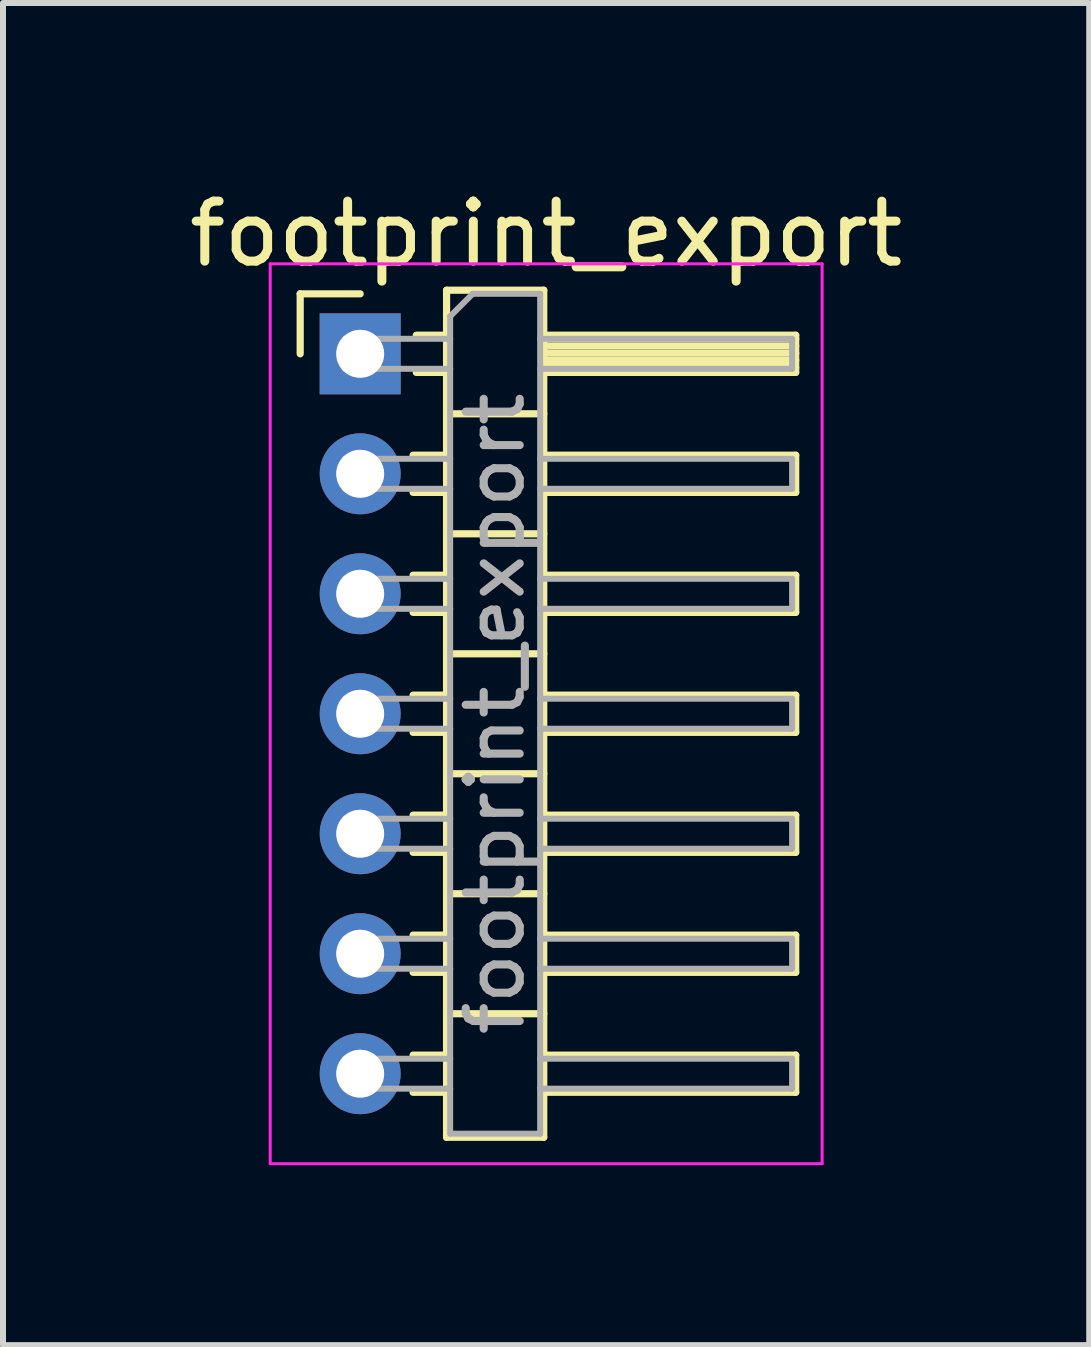
<source format=kicad_pcb>
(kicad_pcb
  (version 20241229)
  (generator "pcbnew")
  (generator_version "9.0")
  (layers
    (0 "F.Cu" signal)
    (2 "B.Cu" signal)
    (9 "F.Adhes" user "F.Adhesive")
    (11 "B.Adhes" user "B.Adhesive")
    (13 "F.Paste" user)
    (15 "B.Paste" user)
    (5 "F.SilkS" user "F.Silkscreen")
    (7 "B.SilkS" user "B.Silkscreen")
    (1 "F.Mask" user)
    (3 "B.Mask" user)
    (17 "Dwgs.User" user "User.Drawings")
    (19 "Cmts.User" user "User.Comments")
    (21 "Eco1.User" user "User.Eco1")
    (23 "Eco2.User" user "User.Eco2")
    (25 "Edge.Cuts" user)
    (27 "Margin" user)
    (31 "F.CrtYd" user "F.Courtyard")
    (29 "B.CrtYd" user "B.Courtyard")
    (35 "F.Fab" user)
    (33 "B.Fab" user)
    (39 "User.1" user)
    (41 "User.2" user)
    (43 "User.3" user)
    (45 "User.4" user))
  (footprint "footprint_export"
    (layer "F.Cu")
    (at 2.954 2.848)
    (property "Reference" "footprint_export" (at 3.1 -2 0) (layer "F.SilkS") (effects (font (size 1 1) (thickness 0.15))))
    (attr through_hole)
    (fp_line (start -1 -1) (end 0 -1) (stroke (width 0.12) (type solid)) (layer "F.SilkS"))
    (fp_line (start -1 0) (end -1 -1) (stroke (width 0.12) (type solid)) (layer "F.SilkS"))
    (fp_line (start 0.882 1.69) (end 1.44 1.69) (stroke (width 0.12) (type solid)) (layer "F.SilkS"))
    (fp_line (start 0.882 2.31) (end 1.44 2.31) (stroke (width 0.12) (type solid)) (layer "F.SilkS"))
    (fp_line (start 0.882 3.69) (end 1.44 3.69) (stroke (width 0.12) (type solid)) (layer "F.SilkS"))
    (fp_line (start 0.882 4.31) (end 1.44 4.31) (stroke (width 0.12) (type solid)) (layer "F.SilkS"))
    (fp_line (start 0.882 5.69) (end 1.44 5.69) (stroke (width 0.12) (type solid)) (layer "F.SilkS"))
    (fp_line (start 0.882 6.31) (end 1.44 6.31) (stroke (width 0.12) (type solid)) (layer "F.SilkS"))
    (fp_line (start 0.882 7.69) (end 1.44 7.69) (stroke (width 0.12) (type solid)) (layer "F.SilkS"))
    (fp_line (start 0.882 8.31) (end 1.44 8.31) (stroke (width 0.12) (type solid)) (layer "F.SilkS"))
    (fp_line (start 0.882 9.69) (end 1.44 9.69) (stroke (width 0.12) (type solid)) (layer "F.SilkS"))
    (fp_line (start 0.882 10.31) (end 1.44 10.31) (stroke (width 0.12) (type solid)) (layer "F.SilkS"))
    (fp_line (start 0.882 11.69) (end 1.44 11.69) (stroke (width 0.12) (type solid)) (layer "F.SilkS"))
    (fp_line (start 0.882 12.31) (end 1.44 12.31) (stroke (width 0.12) (type solid)) (layer "F.SilkS"))
    (fp_line (start 0.935 -0.31) (end 1.44 -0.31) (stroke (width 0.12) (type solid)) (layer "F.SilkS"))
    (fp_line (start 0.935 0.31) (end 1.44 0.31) (stroke (width 0.12) (type solid)) (layer "F.SilkS"))
    (fp_line (start 1.44 -1.06) (end 1.44 13.06) (stroke (width 0.12) (type solid)) (layer "F.SilkS"))
    (fp_line (start 1.44 1) (end 3.06 1) (stroke (width 0.12) (type solid)) (layer "F.SilkS"))
    (fp_line (start 1.44 3) (end 3.06 3) (stroke (width 0.12) (type solid)) (layer "F.SilkS"))
    (fp_line (start 1.44 5) (end 3.06 5) (stroke (width 0.12) (type solid)) (layer "F.SilkS"))
    (fp_line (start 1.44 7) (end 3.06 7) (stroke (width 0.12) (type solid)) (layer "F.SilkS"))
    (fp_line (start 1.44 9) (end 3.06 9) (stroke (width 0.12) (type solid)) (layer "F.SilkS"))
    (fp_line (start 1.44 11) (end 3.06 11) (stroke (width 0.12) (type solid)) (layer "F.SilkS"))
    (fp_line (start 1.44 13.06) (end 3.06 13.06) (stroke (width 0.12) (type solid)) (layer "F.SilkS"))
    (fp_line (start 3.06 -1.06) (end 1.44 -1.06) (stroke (width 0.12) (type solid)) (layer "F.SilkS"))
    (fp_line (start 3.06 -0.31) (end 7.26 -0.31) (stroke (width 0.12) (type solid)) (layer "F.SilkS"))
    (fp_line (start 3.06 -0.25) (end 7.26 -0.25) (stroke (width 0.12) (type solid)) (layer "F.SilkS"))
    (fp_line (start 3.06 -0.13) (end 7.26 -0.13) (stroke (width 0.12) (type solid)) (layer "F.SilkS"))
    (fp_line (start 3.06 -0.01) (end 7.26 -0.01) (stroke (width 0.12) (type solid)) (layer "F.SilkS"))
    (fp_line (start 3.06 0.11) (end 7.26 0.11) (stroke (width 0.12) (type solid)) (layer "F.SilkS"))
    (fp_line (start 3.06 0.23) (end 7.26 0.23) (stroke (width 0.12) (type solid)) (layer "F.SilkS"))
    (fp_line (start 3.06 1.69) (end 7.26 1.69) (stroke (width 0.12) (type solid)) (layer "F.SilkS"))
    (fp_line (start 3.06 3.69) (end 7.26 3.69) (stroke (width 0.12) (type solid)) (layer "F.SilkS"))
    (fp_line (start 3.06 5.69) (end 7.26 5.69) (stroke (width 0.12) (type solid)) (layer "F.SilkS"))
    (fp_line (start 3.06 7.69) (end 7.26 7.69) (stroke (width 0.12) (type solid)) (layer "F.SilkS"))
    (fp_line (start 3.06 9.69) (end 7.26 9.69) (stroke (width 0.12) (type solid)) (layer "F.SilkS"))
    (fp_line (start 3.06 11.69) (end 7.26 11.69) (stroke (width 0.12) (type solid)) (layer "F.SilkS"))
    (fp_line (start 3.06 13.06) (end 3.06 -1.06) (stroke (width 0.12) (type solid)) (layer "F.SilkS"))
    (fp_line (start 7.26 -0.31) (end 7.26 0.31) (stroke (width 0.12) (type solid)) (layer "F.SilkS"))
    (fp_line (start 7.26 0.31) (end 3.06 0.31) (stroke (width 0.12) (type solid)) (layer "F.SilkS"))
    (fp_line (start 7.26 1.69) (end 7.26 2.31) (stroke (width 0.12) (type solid)) (layer "F.SilkS"))
    (fp_line (start 7.26 2.31) (end 3.06 2.31) (stroke (width 0.12) (type solid)) (layer "F.SilkS"))
    (fp_line (start 7.26 3.69) (end 7.26 4.31) (stroke (width 0.12) (type solid)) (layer "F.SilkS"))
    (fp_line (start 7.26 4.31) (end 3.06 4.31) (stroke (width 0.12) (type solid)) (layer "F.SilkS"))
    (fp_line (start 7.26 5.69) (end 7.26 6.31) (stroke (width 0.12) (type solid)) (layer "F.SilkS"))
    (fp_line (start 7.26 6.31) (end 3.06 6.31) (stroke (width 0.12) (type solid)) (layer "F.SilkS"))
    (fp_line (start 7.26 7.69) (end 7.26 8.31) (stroke (width 0.12) (type solid)) (layer "F.SilkS"))
    (fp_line (start 7.26 8.31) (end 3.06 8.31) (stroke (width 0.12) (type solid)) (layer "F.SilkS"))
    (fp_line (start 7.26 9.69) (end 7.26 10.31) (stroke (width 0.12) (type solid)) (layer "F.SilkS"))
    (fp_line (start 7.26 10.31) (end 3.06 10.31) (stroke (width 0.12) (type solid)) (layer "F.SilkS"))
    (fp_line (start 7.26 11.69) (end 7.26 12.31) (stroke (width 0.12) (type solid)) (layer "F.SilkS"))
    (fp_line (start 7.26 12.31) (end 3.06 12.31) (stroke (width 0.12) (type solid)) (layer "F.SilkS"))
    (fp_line (start -1.5 -1.5) (end -1.5 13.5) (stroke (width 0.05) (type solid)) (layer "F.CrtYd"))
    (fp_line (start -1.5 13.5) (end 7.7 13.5) (stroke (width 0.05) (type solid)) (layer "F.CrtYd"))
    (fp_line (start 7.7 -1.5) (end -1.5 -1.5) (stroke (width 0.05) (type solid)) (layer "F.CrtYd"))
    (fp_line (start 7.7 13.5) (end 7.7 -1.5) (stroke (width 0.05) (type solid)) (layer "F.CrtYd"))
    (fp_line (start -0.25 -0.25) (end -0.25 0.25) (stroke (width 0.1) (type solid)) (layer "F.Fab"))
    (fp_line (start -0.25 -0.25) (end 1.5 -0.25) (stroke (width 0.1) (type solid)) (layer "F.Fab"))
    (fp_line (start -0.25 0.25) (end 1.5 0.25) (stroke (width 0.1) (type solid)) (layer "F.Fab"))
    (fp_line (start -0.25 1.75) (end -0.25 2.25) (stroke (width 0.1) (type solid)) (layer "F.Fab"))
    (fp_line (start -0.25 1.75) (end 1.5 1.75) (stroke (width 0.1) (type solid)) (layer "F.Fab"))
    (fp_line (start -0.25 2.25) (end 1.5 2.25) (stroke (width 0.1) (type solid)) (layer "F.Fab"))
    (fp_line (start -0.25 3.75) (end -0.25 4.25) (stroke (width 0.1) (type solid)) (layer "F.Fab"))
    (fp_line (start -0.25 3.75) (end 1.5 3.75) (stroke (width 0.1) (type solid)) (layer "F.Fab"))
    (fp_line (start -0.25 4.25) (end 1.5 4.25) (stroke (width 0.1) (type solid)) (layer "F.Fab"))
    (fp_line (start -0.25 5.75) (end -0.25 6.25) (stroke (width 0.1) (type solid)) (layer "F.Fab"))
    (fp_line (start -0.25 5.75) (end 1.5 5.75) (stroke (width 0.1) (type solid)) (layer "F.Fab"))
    (fp_line (start -0.25 6.25) (end 1.5 6.25) (stroke (width 0.1) (type solid)) (layer "F.Fab"))
    (fp_line (start -0.25 7.75) (end -0.25 8.25) (stroke (width 0.1) (type solid)) (layer "F.Fab"))
    (fp_line (start -0.25 7.75) (end 1.5 7.75) (stroke (width 0.1) (type solid)) (layer "F.Fab"))
    (fp_line (start -0.25 8.25) (end 1.5 8.25) (stroke (width 0.1) (type solid)) (layer "F.Fab"))
    (fp_line (start -0.25 9.75) (end -0.25 10.25) (stroke (width 0.1) (type solid)) (layer "F.Fab"))
    (fp_line (start -0.25 9.75) (end 1.5 9.75) (stroke (width 0.1) (type solid)) (layer "F.Fab"))
    (fp_line (start -0.25 10.25) (end 1.5 10.25) (stroke (width 0.1) (type solid)) (layer "F.Fab"))
    (fp_line (start -0.25 11.75) (end -0.25 12.25) (stroke (width 0.1) (type solid)) (layer "F.Fab"))
    (fp_line (start -0.25 11.75) (end 1.5 11.75) (stroke (width 0.1) (type solid)) (layer "F.Fab"))
    (fp_line (start -0.25 12.25) (end 1.5 12.25) (stroke (width 0.1) (type solid)) (layer "F.Fab"))
    (fp_line (start 1.5 -0.625) (end 1.875 -1) (stroke (width 0.1) (type solid)) (layer "F.Fab"))
    (fp_line (start 1.5 13) (end 1.5 -0.625) (stroke (width 0.1) (type solid)) (layer "F.Fab"))
    (fp_line (start 1.875 -1) (end 3 -1) (stroke (width 0.1) (type solid)) (layer "F.Fab"))
    (fp_line (start 3 -1) (end 3 13) (stroke (width 0.1) (type solid)) (layer "F.Fab"))
    (fp_line (start 3 -0.25) (end 7.2 -0.25) (stroke (width 0.1) (type solid)) (layer "F.Fab"))
    (fp_line (start 3 0.25) (end 7.2 0.25) (stroke (width 0.1) (type solid)) (layer "F.Fab"))
    (fp_line (start 3 1.75) (end 7.2 1.75) (stroke (width 0.1) (type solid)) (layer "F.Fab"))
    (fp_line (start 3 2.25) (end 7.2 2.25) (stroke (width 0.1) (type solid)) (layer "F.Fab"))
    (fp_line (start 3 3.75) (end 7.2 3.75) (stroke (width 0.1) (type solid)) (layer "F.Fab"))
    (fp_line (start 3 4.25) (end 7.2 4.25) (stroke (width 0.1) (type solid)) (layer "F.Fab"))
    (fp_line (start 3 5.75) (end 7.2 5.75) (stroke (width 0.1) (type solid)) (layer "F.Fab"))
    (fp_line (start 3 6.25) (end 7.2 6.25) (stroke (width 0.1) (type solid)) (layer "F.Fab"))
    (fp_line (start 3 7.75) (end 7.2 7.75) (stroke (width 0.1) (type solid)) (layer "F.Fab"))
    (fp_line (start 3 8.25) (end 7.2 8.25) (stroke (width 0.1) (type solid)) (layer "F.Fab"))
    (fp_line (start 3 9.75) (end 7.2 9.75) (stroke (width 0.1) (type solid)) (layer "F.Fab"))
    (fp_line (start 3 10.25) (end 7.2 10.25) (stroke (width 0.1) (type solid)) (layer "F.Fab"))
    (fp_line (start 3 11.75) (end 7.2 11.75) (stroke (width 0.1) (type solid)) (layer "F.Fab"))
    (fp_line (start 3 12.25) (end 7.2 12.25) (stroke (width 0.1) (type solid)) (layer "F.Fab"))
    (fp_line (start 3 13) (end 1.5 13) (stroke (width 0.1) (type solid)) (layer "F.Fab"))
    (fp_line (start 7.2 -0.25) (end 7.2 0.25) (stroke (width 0.1) (type solid)) (layer "F.Fab"))
    (fp_line (start 7.2 1.75) (end 7.2 2.25) (stroke (width 0.1) (type solid)) (layer "F.Fab"))
    (fp_line (start 7.2 3.75) (end 7.2 4.25) (stroke (width 0.1) (type solid)) (layer "F.Fab"))
    (fp_line (start 7.2 5.75) (end 7.2 6.25) (stroke (width 0.1) (type solid)) (layer "F.Fab"))
    (fp_line (start 7.2 7.75) (end 7.2 8.25) (stroke (width 0.1) (type solid)) (layer "F.Fab"))
    (fp_line (start 7.2 9.75) (end 7.2 10.25) (stroke (width 0.1) (type solid)) (layer "F.Fab"))
    (fp_line (start 7.2 11.75) (end 7.2 12.25) (stroke (width 0.1) (type solid)) (layer "F.Fab"))
    (fp_text user "${REFERENCE}" (at 2.25 6 90) (layer "F.Fab") (effects (font (size 0.9 0.9) (thickness 0.135))))
    (pad "1" thru_hole rect (at 0 0) (size 1.35 1.35) (drill 0.8) (layers "*.Cu" "*.Mask"))
    (pad "2" thru_hole oval (at 0 2) (size 1.35 1.35) (drill 0.8) (layers "*.Cu" "*.Mask"))
    (pad "3" thru_hole oval (at 0 4) (size 1.35 1.35) (drill 0.8) (layers "*.Cu" "*.Mask"))
    (pad "4" thru_hole oval (at 0 6) (size 1.35 1.35) (drill 0.8) (layers "*.Cu" "*.Mask"))
    (pad "5" thru_hole oval (at 0 8) (size 1.35 1.35) (drill 0.8) (layers "*.Cu" "*.Mask"))
    (pad "6" thru_hole oval (at 0 10) (size 1.35 1.35) (drill 0.8) (layers "*.Cu" "*.Mask"))
    (pad "7" thru_hole oval (at 0 12) (size 1.35 1.35) (drill 0.8) (layers "*.Cu" "*.Mask")))
  (gr_rect
    (start -3 -3)
    (end 15.107 19.373)
    (stroke (width 0.1) (type default))
    (fill no)
    (layer "Edge.Cuts")))
</source>
